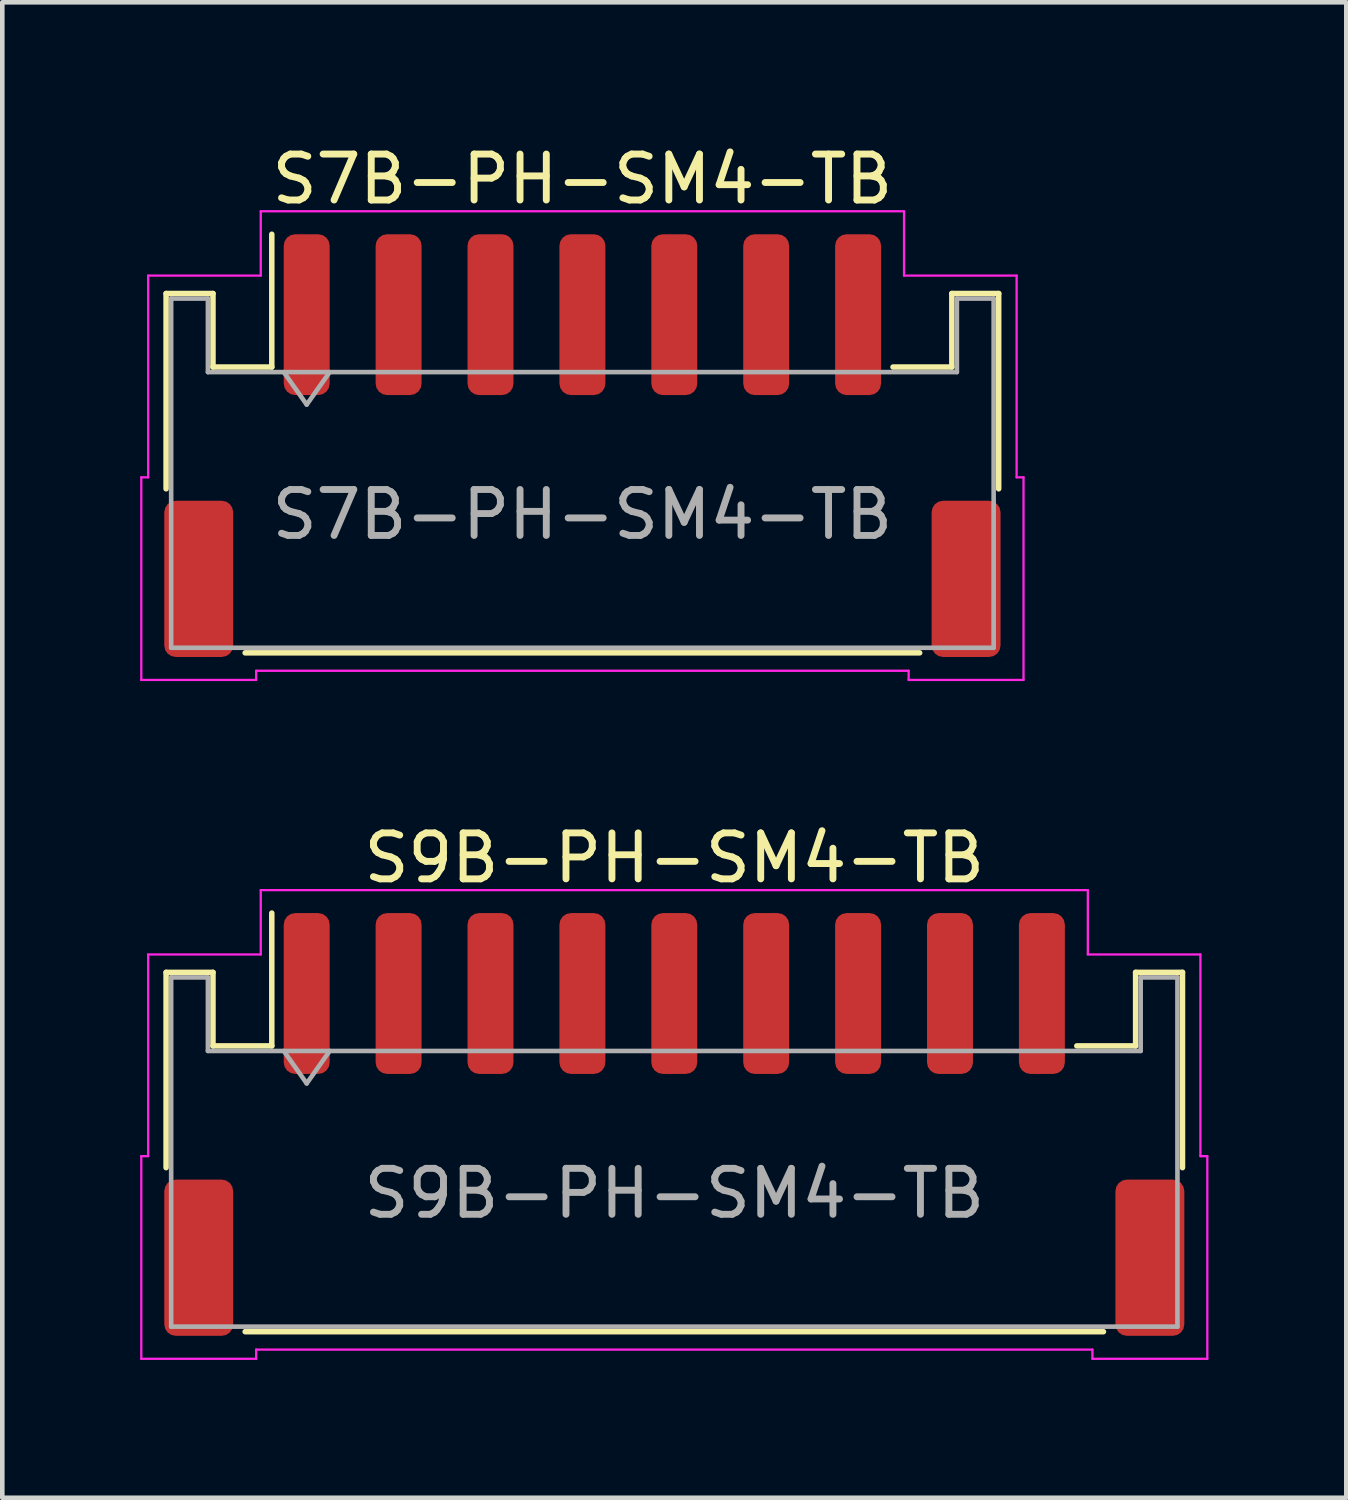
<source format=kicad_pcb>
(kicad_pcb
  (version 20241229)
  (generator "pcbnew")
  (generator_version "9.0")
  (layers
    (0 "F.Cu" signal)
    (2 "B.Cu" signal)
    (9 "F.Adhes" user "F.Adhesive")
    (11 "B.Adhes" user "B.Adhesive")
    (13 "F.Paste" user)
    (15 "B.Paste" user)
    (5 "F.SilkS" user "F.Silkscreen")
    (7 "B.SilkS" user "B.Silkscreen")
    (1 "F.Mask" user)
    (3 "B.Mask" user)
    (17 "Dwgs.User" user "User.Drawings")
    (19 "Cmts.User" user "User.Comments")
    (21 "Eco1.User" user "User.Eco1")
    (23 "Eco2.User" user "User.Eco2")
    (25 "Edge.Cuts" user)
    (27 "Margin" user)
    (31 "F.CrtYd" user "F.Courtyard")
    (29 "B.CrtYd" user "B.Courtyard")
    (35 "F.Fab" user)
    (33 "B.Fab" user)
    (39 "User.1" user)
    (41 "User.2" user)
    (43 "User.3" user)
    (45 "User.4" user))
  (footprint "S9B-PH-SM4-TB"
    (layer "F.Cu")
    (at 11.625 21.422)
    (property "Reference" "S9B-PH-SM4-TB" (at 0 -5.8 0) (layer "F.SilkS") (effects (font (size 1 1) (thickness 0.15))))
    (attr smd)
    (fp_line (start -11.06 -3.31) (end -10.04 -3.31) (stroke (width 0.12) (type solid)) (layer "F.SilkS"))
    (fp_line (start -11.06 0.94) (end -11.06 -3.31) (stroke (width 0.12) (type solid)) (layer "F.SilkS"))
    (fp_line (start -10.04 -3.31) (end -10.04 -1.71) (stroke (width 0.12) (type solid)) (layer "F.SilkS"))
    (fp_line (start -10.04 -1.71) (end -8.76 -1.71) (stroke (width 0.12) (type solid)) (layer "F.SilkS"))
    (fp_line (start -9.34 4.51) (end 9.34 4.51) (stroke (width 0.12) (type solid)) (layer "F.SilkS"))
    (fp_line (start -8.76 -1.71) (end -8.76 -4.6) (stroke (width 0.12) (type solid)) (layer "F.SilkS"))
    (fp_line (start 10.04 -3.31) (end 10.04 -1.71) (stroke (width 0.12) (type solid)) (layer "F.SilkS"))
    (fp_line (start 10.04 -1.71) (end 8.76 -1.71) (stroke (width 0.12) (type solid)) (layer "F.SilkS"))
    (fp_line (start 11.06 -3.31) (end 10.04 -3.31) (stroke (width 0.12) (type solid)) (layer "F.SilkS"))
    (fp_line (start 11.06 0.94) (end 11.06 -3.31) (stroke (width 0.12) (type solid)) (layer "F.SilkS"))
    (fp_line (start -11.6 0.69) (end -11.45 0.69) (stroke (width 0.05) (type solid)) (layer "F.CrtYd"))
    (fp_line (start -11.6 5.1) (end -11.6 0.69) (stroke (width 0.05) (type solid)) (layer "F.CrtYd"))
    (fp_line (start -11.45 -3.7) (end -9 -3.7) (stroke (width 0.05) (type solid)) (layer "F.CrtYd"))
    (fp_line (start -11.45 0.69) (end -11.45 -3.7) (stroke (width 0.05) (type solid)) (layer "F.CrtYd"))
    (fp_line (start -9.1 4.9) (end -9.1 5.1) (stroke (width 0.05) (type solid)) (layer "F.CrtYd"))
    (fp_line (start -9.1 5.1) (end -11.6 5.1) (stroke (width 0.05) (type solid)) (layer "F.CrtYd"))
    (fp_line (start -9 -5.1) (end 9 -5.1) (stroke (width 0.05) (type solid)) (layer "F.CrtYd"))
    (fp_line (start -9 -3.7) (end -9 -5.1) (stroke (width 0.05) (type solid)) (layer "F.CrtYd"))
    (fp_line (start 9 -5.1) (end 9 -3.7) (stroke (width 0.05) (type solid)) (layer "F.CrtYd"))
    (fp_line (start 9 -3.7) (end 11.45 -3.7) (stroke (width 0.05) (type solid)) (layer "F.CrtYd"))
    (fp_line (start 9.1 4.9) (end -9.1 4.9) (stroke (width 0.05) (type solid)) (layer "F.CrtYd"))
    (fp_line (start 9.1 5.1) (end 9.1 4.9) (stroke (width 0.05) (type solid)) (layer "F.CrtYd"))
    (fp_line (start 11.45 -3.7) (end 11.45 0.69) (stroke (width 0.05) (type solid)) (layer "F.CrtYd"))
    (fp_line (start 11.45 0.69) (end 11.6 0.69) (stroke (width 0.05) (type solid)) (layer "F.CrtYd"))
    (fp_line (start 11.6 0.69) (end 11.6 5.1) (stroke (width 0.05) (type solid)) (layer "F.CrtYd"))
    (fp_line (start 11.6 5.1) (end 9.1 5.1) (stroke (width 0.05) (type solid)) (layer "F.CrtYd"))
    (fp_line (start -10.95 -3.2) (end -10.95 4.4) (stroke (width 0.1) (type solid)) (layer "F.Fab"))
    (fp_line (start -10.95 -3.2) (end -10.15 -3.2) (stroke (width 0.1) (type solid)) (layer "F.Fab"))
    (fp_line (start -10.95 4.4) (end 10.95 4.4) (stroke (width 0.1) (type solid)) (layer "F.Fab"))
    (fp_line (start -10.15 -3.2) (end -10.15 -1.6) (stroke (width 0.1) (type solid)) (layer "F.Fab"))
    (fp_line (start -10.15 -1.6) (end 10.15 -1.6) (stroke (width 0.1) (type solid)) (layer "F.Fab"))
    (fp_line (start -8.5 -1.6) (end -8 -0.893) (stroke (width 0.1) (type solid)) (layer "F.Fab"))
    (fp_line (start -8 -0.893) (end -7.5 -1.6) (stroke (width 0.1) (type solid)) (layer "F.Fab"))
    (fp_line (start 10.15 -3.2) (end 10.95 -3.2) (stroke (width 0.1) (type solid)) (layer "F.Fab"))
    (fp_line (start 10.15 -1.6) (end 10.15 -3.2) (stroke (width 0.1) (type solid)) (layer "F.Fab"))
    (fp_line (start 10.95 -3.2) (end 10.95 4.4) (stroke (width 0.1) (type solid)) (layer "F.Fab"))
    (fp_text user "${REFERENCE}" (at 0 1.5 0) (layer "F.Fab") (effects (font (size 1 1) (thickness 0.15))))
    (pad "1" smd roundrect (at -8 -2.85) (size 1 3.5) (layers "F.Cu" "F.Mask" "F.Paste") (roundrect_rratio 0.25))
    (pad "2" smd roundrect (at -6 -2.85) (size 1 3.5) (layers "F.Cu" "F.Mask" "F.Paste") (roundrect_rratio 0.25))
    (pad "3" smd roundrect (at -4 -2.85) (size 1 3.5) (layers "F.Cu" "F.Mask" "F.Paste") (roundrect_rratio 0.25))
    (pad "4" smd roundrect (at -2 -2.85) (size 1 3.5) (layers "F.Cu" "F.Mask" "F.Paste") (roundrect_rratio 0.25))
    (pad "5" smd roundrect (at 0 -2.85) (size 1 3.5) (layers "F.Cu" "F.Mask" "F.Paste") (roundrect_rratio 0.25))
    (pad "6" smd roundrect (at 2 -2.85) (size 1 3.5) (layers "F.Cu" "F.Mask" "F.Paste") (roundrect_rratio 0.25))
    (pad "7" smd roundrect (at 4 -2.85) (size 1 3.5) (layers "F.Cu" "F.Mask" "F.Paste") (roundrect_rratio 0.25))
    (pad "8" smd roundrect (at 6 -2.85) (size 1 3.5) (layers "F.Cu" "F.Mask" "F.Paste") (roundrect_rratio 0.25))
    (pad "9" smd roundrect (at 8 -2.85) (size 1 3.5) (layers "F.Cu" "F.Mask" "F.Paste") (roundrect_rratio 0.25))
    (pad "MP" smd roundrect (at -10.35 2.9) (size 1.5 3.4) (layers "F.Cu" "F.Mask" "F.Paste") (roundrect_rratio 0.167))
    (pad "MP" smd roundrect (at 10.35 2.9) (size 1.5 3.4) (layers "F.Cu" "F.Mask" "F.Paste") (roundrect_rratio 0.167)))
  (footprint "S7B-PH-SM4-TB"
    (layer "F.Cu")
    (at 9.625 6.648)
    (property "Reference" "S7B-PH-SM4-TB" (at 0 -5.8 0) (layer "F.SilkS") (effects (font (size 1 1) (thickness 0.15))))
    (attr smd)
    (fp_line (start -9.06 -3.31) (end -8.04 -3.31) (stroke (width 0.12) (type solid)) (layer "F.SilkS"))
    (fp_line (start -9.06 0.94) (end -9.06 -3.31) (stroke (width 0.12) (type solid)) (layer "F.SilkS"))
    (fp_line (start -8.04 -3.31) (end -8.04 -1.71) (stroke (width 0.12) (type solid)) (layer "F.SilkS"))
    (fp_line (start -8.04 -1.71) (end -6.76 -1.71) (stroke (width 0.12) (type solid)) (layer "F.SilkS"))
    (fp_line (start -7.34 4.51) (end 7.34 4.51) (stroke (width 0.12) (type solid)) (layer "F.SilkS"))
    (fp_line (start -6.76 -1.71) (end -6.76 -4.6) (stroke (width 0.12) (type solid)) (layer "F.SilkS"))
    (fp_line (start 8.04 -3.31) (end 8.04 -1.71) (stroke (width 0.12) (type solid)) (layer "F.SilkS"))
    (fp_line (start 8.04 -1.71) (end 6.76 -1.71) (stroke (width 0.12) (type solid)) (layer "F.SilkS"))
    (fp_line (start 9.06 -3.31) (end 8.04 -3.31) (stroke (width 0.12) (type solid)) (layer "F.SilkS"))
    (fp_line (start 9.06 0.94) (end 9.06 -3.31) (stroke (width 0.12) (type solid)) (layer "F.SilkS"))
    (fp_line (start -9.6 0.69) (end -9.45 0.69) (stroke (width 0.05) (type solid)) (layer "F.CrtYd"))
    (fp_line (start -9.6 5.1) (end -9.6 0.69) (stroke (width 0.05) (type solid)) (layer "F.CrtYd"))
    (fp_line (start -9.45 -3.7) (end -7 -3.7) (stroke (width 0.05) (type solid)) (layer "F.CrtYd"))
    (fp_line (start -9.45 0.69) (end -9.45 -3.7) (stroke (width 0.05) (type solid)) (layer "F.CrtYd"))
    (fp_line (start -7.1 4.9) (end -7.1 5.1) (stroke (width 0.05) (type solid)) (layer "F.CrtYd"))
    (fp_line (start -7.1 5.1) (end -9.6 5.1) (stroke (width 0.05) (type solid)) (layer "F.CrtYd"))
    (fp_line (start -7 -5.1) (end 7 -5.1) (stroke (width 0.05) (type solid)) (layer "F.CrtYd"))
    (fp_line (start -7 -3.7) (end -7 -5.1) (stroke (width 0.05) (type solid)) (layer "F.CrtYd"))
    (fp_line (start 7 -5.1) (end 7 -3.7) (stroke (width 0.05) (type solid)) (layer "F.CrtYd"))
    (fp_line (start 7 -3.7) (end 9.45 -3.7) (stroke (width 0.05) (type solid)) (layer "F.CrtYd"))
    (fp_line (start 7.1 4.9) (end -7.1 4.9) (stroke (width 0.05) (type solid)) (layer "F.CrtYd"))
    (fp_line (start 7.1 5.1) (end 7.1 4.9) (stroke (width 0.05) (type solid)) (layer "F.CrtYd"))
    (fp_line (start 9.45 -3.7) (end 9.45 0.69) (stroke (width 0.05) (type solid)) (layer "F.CrtYd"))
    (fp_line (start 9.45 0.69) (end 9.6 0.69) (stroke (width 0.05) (type solid)) (layer "F.CrtYd"))
    (fp_line (start 9.6 0.69) (end 9.6 5.1) (stroke (width 0.05) (type solid)) (layer "F.CrtYd"))
    (fp_line (start 9.6 5.1) (end 7.1 5.1) (stroke (width 0.05) (type solid)) (layer "F.CrtYd"))
    (fp_line (start -8.95 -3.2) (end -8.95 4.4) (stroke (width 0.1) (type solid)) (layer "F.Fab"))
    (fp_line (start -8.95 -3.2) (end -8.15 -3.2) (stroke (width 0.1) (type solid)) (layer "F.Fab"))
    (fp_line (start -8.95 4.4) (end 8.95 4.4) (stroke (width 0.1) (type solid)) (layer "F.Fab"))
    (fp_line (start -8.15 -3.2) (end -8.15 -1.6) (stroke (width 0.1) (type solid)) (layer "F.Fab"))
    (fp_line (start -8.15 -1.6) (end 8.15 -1.6) (stroke (width 0.1) (type solid)) (layer "F.Fab"))
    (fp_line (start -6.5 -1.6) (end -6 -0.893) (stroke (width 0.1) (type solid)) (layer "F.Fab"))
    (fp_line (start -6 -0.893) (end -5.5 -1.6) (stroke (width 0.1) (type solid)) (layer "F.Fab"))
    (fp_line (start 8.15 -3.2) (end 8.95 -3.2) (stroke (width 0.1) (type solid)) (layer "F.Fab"))
    (fp_line (start 8.15 -1.6) (end 8.15 -3.2) (stroke (width 0.1) (type solid)) (layer "F.Fab"))
    (fp_line (start 8.95 -3.2) (end 8.95 4.4) (stroke (width 0.1) (type solid)) (layer "F.Fab"))
    (fp_text user "${REFERENCE}" (at 0 1.5 0) (layer "F.Fab") (effects (font (size 1 1) (thickness 0.15))))
    (pad "1" smd roundrect (at -6 -2.85) (size 1 3.5) (layers "F.Cu" "F.Mask" "F.Paste") (roundrect_rratio 0.25))
    (pad "2" smd roundrect (at -4 -2.85) (size 1 3.5) (layers "F.Cu" "F.Mask" "F.Paste") (roundrect_rratio 0.25))
    (pad "3" smd roundrect (at -2 -2.85) (size 1 3.5) (layers "F.Cu" "F.Mask" "F.Paste") (roundrect_rratio 0.25))
    (pad "4" smd roundrect (at 0 -2.85) (size 1 3.5) (layers "F.Cu" "F.Mask" "F.Paste") (roundrect_rratio 0.25))
    (pad "5" smd roundrect (at 2 -2.85) (size 1 3.5) (layers "F.Cu" "F.Mask" "F.Paste") (roundrect_rratio 0.25))
    (pad "6" smd roundrect (at 4 -2.85) (size 1 3.5) (layers "F.Cu" "F.Mask" "F.Paste") (roundrect_rratio 0.25))
    (pad "7" smd roundrect (at 6 -2.85) (size 1 3.5) (layers "F.Cu" "F.Mask" "F.Paste") (roundrect_rratio 0.25))
    (pad "MP" smd roundrect (at -8.35 2.9) (size 1.5 3.4) (layers "F.Cu" "F.Mask" "F.Paste") (roundrect_rratio 0.167))
    (pad "MP" smd roundrect (at 8.35 2.9) (size 1.5 3.4) (layers "F.Cu" "F.Mask" "F.Paste") (roundrect_rratio 0.167)))
  (gr_rect
    (start -3 -3)
    (end 26.25 29.547)
    (stroke (width 0.1) (type default))
    (fill no)
    (layer "Edge.Cuts")))
</source>
